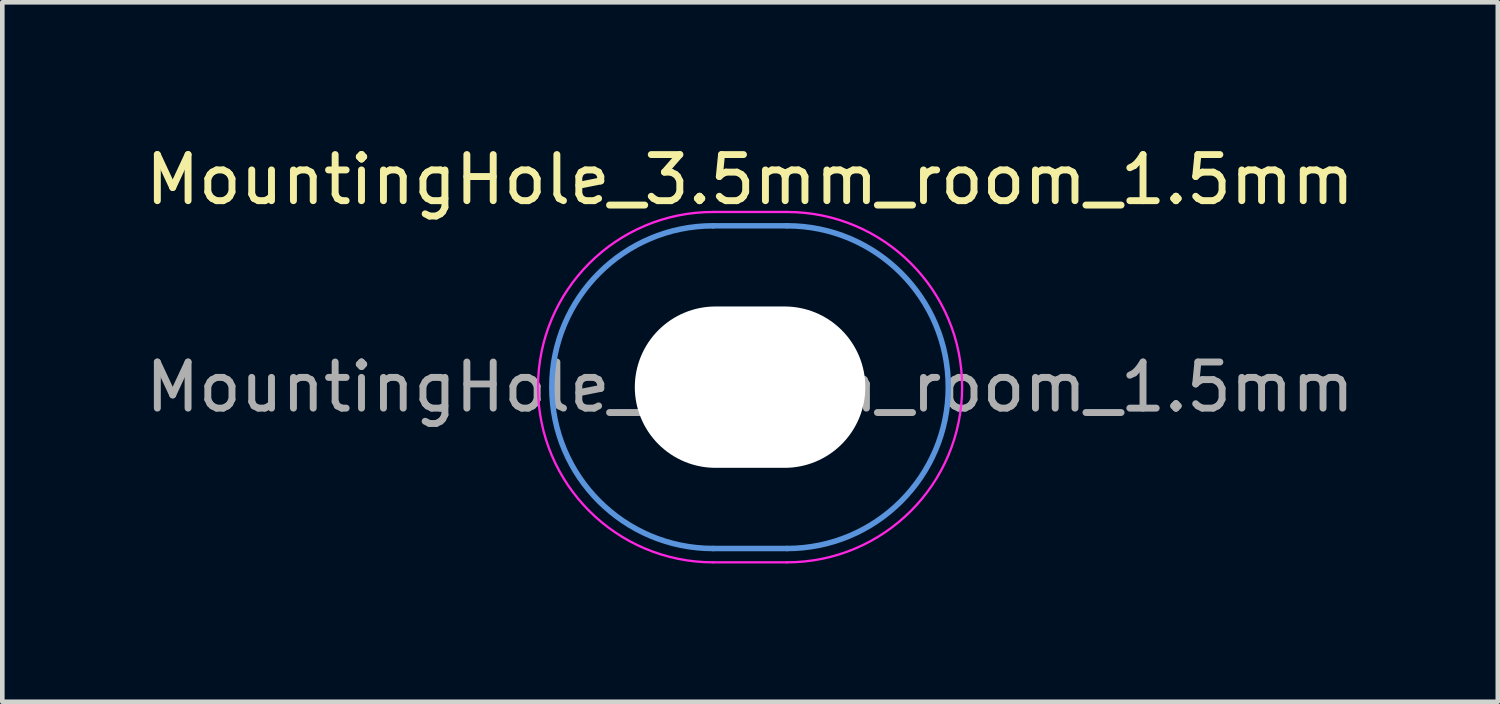
<source format=kicad_pcb>
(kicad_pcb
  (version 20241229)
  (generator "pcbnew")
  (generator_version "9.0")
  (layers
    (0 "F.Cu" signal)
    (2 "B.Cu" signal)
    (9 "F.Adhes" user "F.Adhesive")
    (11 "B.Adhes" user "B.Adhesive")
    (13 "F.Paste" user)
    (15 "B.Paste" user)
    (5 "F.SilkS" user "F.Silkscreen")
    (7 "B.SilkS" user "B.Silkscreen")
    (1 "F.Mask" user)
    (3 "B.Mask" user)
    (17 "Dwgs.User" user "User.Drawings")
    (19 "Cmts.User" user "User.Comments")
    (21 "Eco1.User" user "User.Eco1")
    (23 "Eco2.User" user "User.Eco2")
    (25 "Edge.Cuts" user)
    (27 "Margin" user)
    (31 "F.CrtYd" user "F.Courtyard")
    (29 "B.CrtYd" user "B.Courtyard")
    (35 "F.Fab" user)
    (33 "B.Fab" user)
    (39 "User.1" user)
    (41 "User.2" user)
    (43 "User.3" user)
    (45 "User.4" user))
  (footprint "MountingHole_3.5mm_room_1.5mm"
    (layer "F.Cu")
    (at 13.22 5.348)
    (property "Reference" "MountingHole_3.5mm_room_1.5mm" (at 0 -4.5 0) (layer "F.SilkS") (effects (font (size 1 1) (thickness 0.15))))
    (attr exclude_from_pos_files exclude_from_bom)
    (fp_line (start -0.8 3.5) (end 0.8 3.5) (stroke (width 0.12) (type default)) (layer "Cmts.User"))
    (fp_line (start 0.8 -3.5) (end -0.8 -3.5) (stroke (width 0.12) (type default)) (layer "Cmts.User"))
    (fp_arc (start -0.8 3.5) (mid -4.3 0) (end -0.8 -3.5) (stroke (width 0.12) (type default)) (layer "Cmts.User"))
    (fp_arc (start 0.8 -3.5) (mid 4.3 0) (end 0.8 3.5) (stroke (width 0.12) (type default)) (layer "Cmts.User"))
    (fp_line (start -0.8 3.8) (end 0.8 3.8) (stroke (width 0.05) (type default)) (layer "F.CrtYd"))
    (fp_line (start 0.8 -3.8) (end -0.8 -3.8) (stroke (width 0.05) (type default)) (layer "F.CrtYd"))
    (fp_arc (start -0.8 3.8) (mid -4.6 0) (end -0.8 -3.8) (stroke (width 0.05) (type default)) (layer "F.CrtYd"))
    (fp_arc (start 0.8 -3.8) (mid 4.6 0) (end 0.8 3.8) (stroke (width 0.05) (type default)) (layer "F.CrtYd"))
    (fp_text user "${REFERENCE}" (at 0 0 0) (layer "F.Fab") (effects (font (size 1 1) (thickness 0.15))))
    (pad "" np_thru_hole oval (at 0 0) (size 5 3.5) (drill oval 5 3.5) (layers "*.Cu" "*.Mask")))
  (gr_rect
    (start -3 -3)
    (end 29.44 12.173)
    (stroke (width 0.1) (type default))
    (fill no)
    (layer "Edge.Cuts")))
</source>
